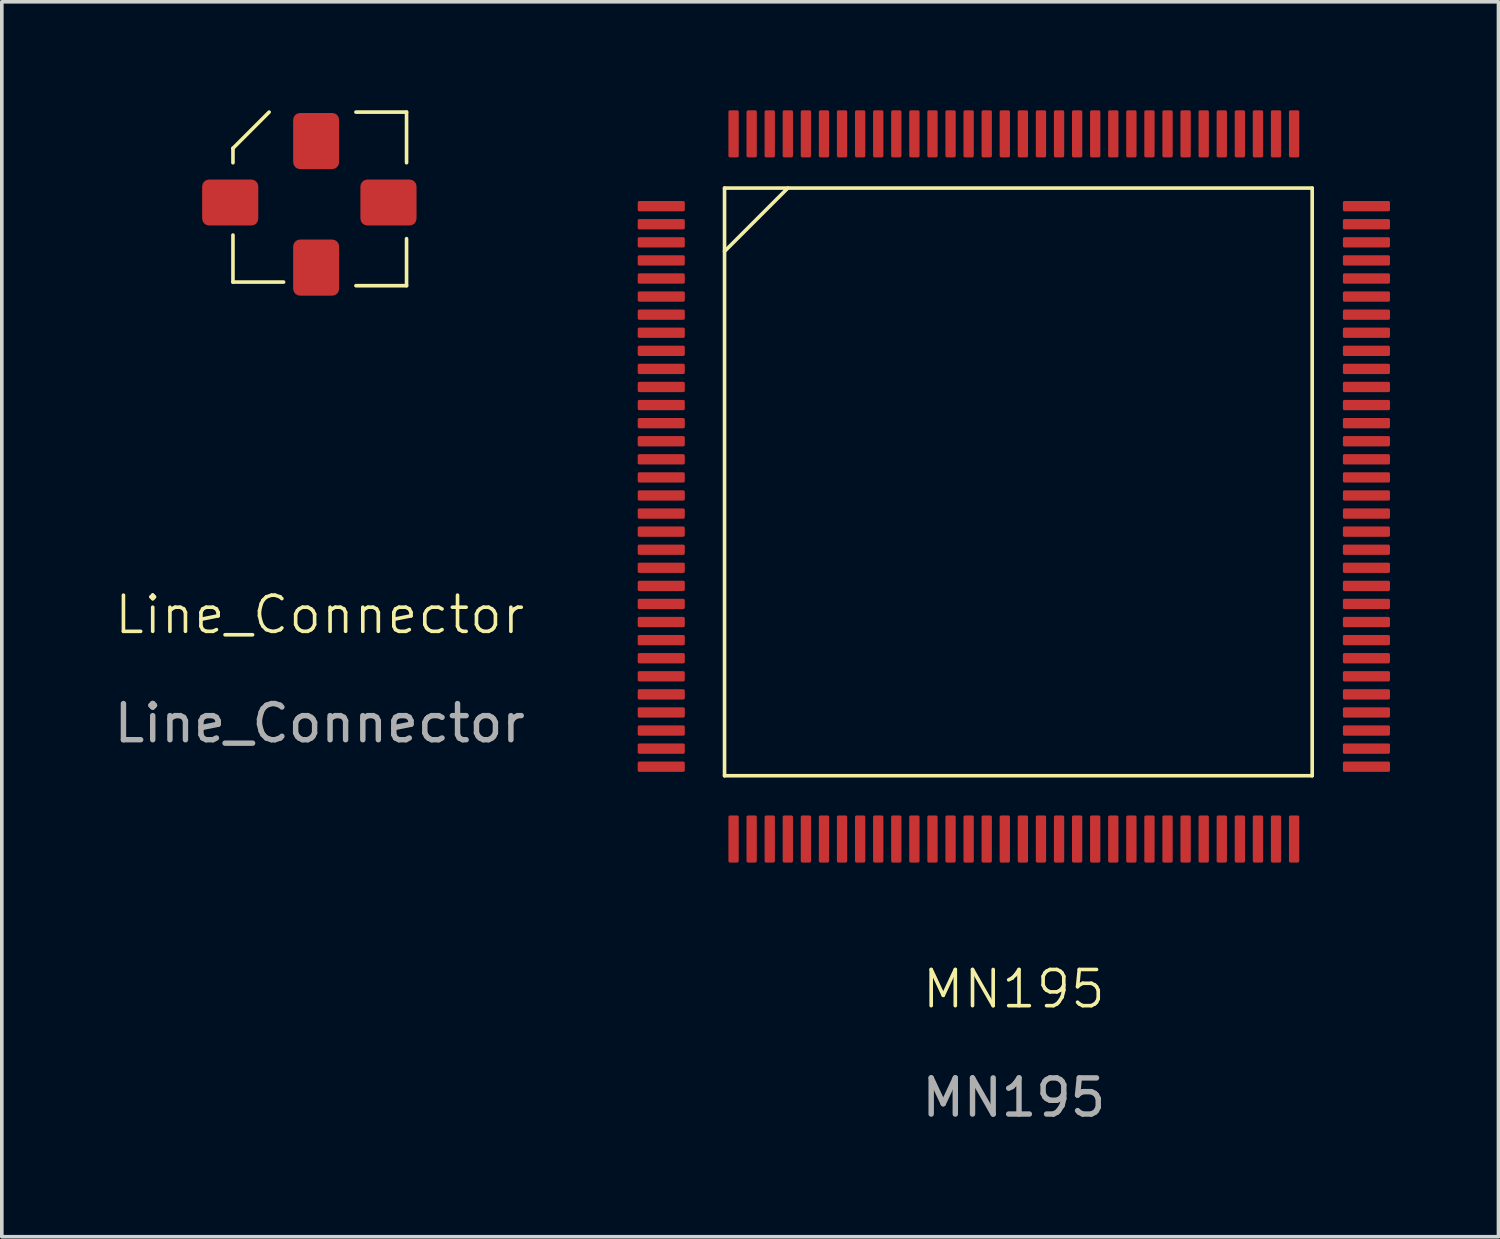
<source format=kicad_pcb>
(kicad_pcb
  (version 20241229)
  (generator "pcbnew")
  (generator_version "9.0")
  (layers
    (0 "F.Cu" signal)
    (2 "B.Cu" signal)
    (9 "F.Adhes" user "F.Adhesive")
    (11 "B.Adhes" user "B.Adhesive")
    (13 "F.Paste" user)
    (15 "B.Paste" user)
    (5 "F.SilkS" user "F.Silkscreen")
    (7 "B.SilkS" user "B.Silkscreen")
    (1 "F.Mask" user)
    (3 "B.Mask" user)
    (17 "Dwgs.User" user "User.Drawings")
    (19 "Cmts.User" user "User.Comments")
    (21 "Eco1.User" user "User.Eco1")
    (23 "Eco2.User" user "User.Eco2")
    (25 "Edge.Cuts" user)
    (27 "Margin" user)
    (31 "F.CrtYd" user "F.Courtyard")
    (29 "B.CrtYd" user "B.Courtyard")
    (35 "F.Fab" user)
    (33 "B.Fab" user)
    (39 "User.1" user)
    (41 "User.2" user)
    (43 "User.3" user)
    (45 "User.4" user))
  (footprint "Line_Connector"
    (layer "F.Cu")
    (at 5.792 2.45)
    (property "Reference" "Line_Connector" (at 0 11.5 0) (unlocked yes) (layer "F.SilkS") (effects (font (size 1 1) (thickness 0.1))))
    (attr smd)
    (fp_line (start -2.4 -1.4) (end -2.4 -1) (stroke (width 0.1) (type default)) (layer "F.SilkS"))
    (fp_line (start -2.4 1) (end -2.4 2.3) (stroke (width 0.1) (type default)) (layer "F.SilkS"))
    (fp_line (start -2.4 2.3) (end -1 2.3) (stroke (width 0.1) (type default)) (layer "F.SilkS"))
    (fp_line (start -1.4 -2.4) (end -2.4 -1.4) (stroke (width 0.1) (type default)) (layer "F.SilkS"))
    (fp_line (start 1 2.4) (end 2.4 2.4) (stroke (width 0.1) (type default)) (layer "F.SilkS"))
    (fp_line (start 2.4 -2.4) (end 1 -2.4) (stroke (width 0.1) (type default)) (layer "F.SilkS"))
    (fp_line (start 2.4 -1) (end 2.4 -2.4) (stroke (width 0.1) (type default)) (layer "F.SilkS"))
    (fp_line (start 2.4 1.1) (end 2.4 2.4) (stroke (width 0.1) (type default)) (layer "F.SilkS"))
    (fp_text user "${REFERENCE}" (at 0 14.5 0) (unlocked yes) (layer "F.Fab") (effects (font (size 1 1) (thickness 0.15))))
    (pad "1" smd roundrect (at -2.476 0.1) (size 1.552 1.27) (layers "F.Cu" "F.Mask" "F.Paste") (roundrect_rratio 0.15))
    (pad "2" smd roundrect (at -0.1 1.9 90) (size 1.552 1.27) (layers "F.Cu" "F.Mask" "F.Paste") (roundrect_rratio 0.15))
    (pad "3" smd roundrect (at 1.9 0.1) (size 1.552 1.27) (layers "F.Cu" "F.Mask" "F.Paste") (roundrect_rratio 0.15))
    (pad "4" smd roundrect (at -0.1 -1.6 90) (size 1.552 1.27) (layers "F.Cu" "F.Mask" "F.Paste") (roundrect_rratio 0.15)))
  (footprint "MN195"
    (layer "F.Cu")
    (at 24.985 10.401)
    (property "Reference" "MN195" (at 0 13.9 0) (unlocked yes) (layer "F.SilkS") (effects (font (size 1 1) (thickness 0.1))))
    (attr smd)
    (fp_line (start -8 -8.25) (end -8 8) (stroke (width 0.1) (type default)) (layer "F.SilkS"))
    (fp_line (start -8 -8.25) (end 8.25 -8.25) (stroke (width 0.1) (type default)) (layer "F.SilkS"))
    (fp_line (start -8 -6.5) (end -6.25 -8.25) (stroke (width 0.1) (type default)) (layer "F.SilkS"))
    (fp_line (start -8 8) (end 8.25 8) (stroke (width 0.1) (type default)) (layer "F.SilkS"))
    (fp_line (start 8.25 8) (end 8.25 -8.25) (stroke (width 0.1) (type default)) (layer "F.SilkS"))
    (fp_text user "${REFERENCE}" (at 0 16.9 0) (unlocked yes) (layer "F.Fab") (effects (font (size 1 1) (thickness 0.15))))
    (pad "1" smd roundrect (at -9.75 -7.75) (size 1.302 0.285) (layers "F.Cu" "F.Mask" "F.Paste") (roundrect_rratio 0.15))
    (pad "2" smd roundrect (at -9.75 -7.25) (size 1.302 0.285) (layers "F.Cu" "F.Mask" "F.Paste") (roundrect_rratio 0.15))
    (pad "3" smd roundrect (at -9.75 -6.75) (size 1.302 0.285) (layers "F.Cu" "F.Mask" "F.Paste") (roundrect_rratio 0.15))
    (pad "4" smd roundrect (at -9.75 -6.25) (size 1.302 0.285) (layers "F.Cu" "F.Mask" "F.Paste") (roundrect_rratio 0.15))
    (pad "5" smd roundrect (at -9.75 -5.75) (size 1.302 0.285) (layers "F.Cu" "F.Mask" "F.Paste") (roundrect_rratio 0.15))
    (pad "6" smd roundrect (at -9.75 -5.25) (size 1.302 0.285) (layers "F.Cu" "F.Mask" "F.Paste") (roundrect_rratio 0.15))
    (pad "7" smd roundrect (at -9.75 -4.75) (size 1.302 0.285) (layers "F.Cu" "F.Mask" "F.Paste") (roundrect_rratio 0.15))
    (pad "8" smd roundrect (at -9.75 -4.25) (size 1.302 0.285) (layers "F.Cu" "F.Mask" "F.Paste") (roundrect_rratio 0.15))
    (pad "9" smd roundrect (at -9.75 -3.75) (size 1.302 0.285) (layers "F.Cu" "F.Mask" "F.Paste") (roundrect_rratio 0.15))
    (pad "10" smd roundrect (at -9.75 -3.25) (size 1.302 0.285) (layers "F.Cu" "F.Mask" "F.Paste") (roundrect_rratio 0.15))
    (pad "11" smd roundrect (at -9.75 -2.75) (size 1.302 0.285) (layers "F.Cu" "F.Mask" "F.Paste") (roundrect_rratio 0.15))
    (pad "12" smd roundrect (at -9.75 -2.25) (size 1.302 0.285) (layers "F.Cu" "F.Mask" "F.Paste") (roundrect_rratio 0.15))
    (pad "13" smd roundrect (at -9.75 -1.75) (size 1.302 0.285) (layers "F.Cu" "F.Mask" "F.Paste") (roundrect_rratio 0.15))
    (pad "14" smd roundrect (at -9.75 -1.25) (size 1.302 0.285) (layers "F.Cu" "F.Mask" "F.Paste") (roundrect_rratio 0.15))
    (pad "15" smd roundrect (at -9.75 -0.75) (size 1.302 0.285) (layers "F.Cu" "F.Mask" "F.Paste") (roundrect_rratio 0.15))
    (pad "16" smd roundrect (at -9.75 -0.25) (size 1.302 0.285) (layers "F.Cu" "F.Mask" "F.Paste") (roundrect_rratio 0.15))
    (pad "17" smd roundrect (at -9.75 0.25) (size 1.302 0.285) (layers "F.Cu" "F.Mask" "F.Paste") (roundrect_rratio 0.15))
    (pad "18" smd roundrect (at -9.75 0.75) (size 1.302 0.285) (layers "F.Cu" "F.Mask" "F.Paste") (roundrect_rratio 0.15))
    (pad "19" smd roundrect (at -9.75 1.25) (size 1.302 0.285) (layers "F.Cu" "F.Mask" "F.Paste") (roundrect_rratio 0.15))
    (pad "20" smd roundrect (at -9.75 1.75) (size 1.302 0.285) (layers "F.Cu" "F.Mask" "F.Paste") (roundrect_rratio 0.15))
    (pad "21" smd roundrect (at -9.75 2.25) (size 1.302 0.285) (layers "F.Cu" "F.Mask" "F.Paste") (roundrect_rratio 0.15))
    (pad "22" smd roundrect (at -9.75 2.75) (size 1.302 0.285) (layers "F.Cu" "F.Mask" "F.Paste") (roundrect_rratio 0.15))
    (pad "23" smd roundrect (at -9.75 3.25) (size 1.302 0.285) (layers "F.Cu" "F.Mask" "F.Paste") (roundrect_rratio 0.15))
    (pad "24" smd roundrect (at -9.75 3.75) (size 1.302 0.285) (layers "F.Cu" "F.Mask" "F.Paste") (roundrect_rratio 0.15))
    (pad "25" smd roundrect (at -9.75 4.25) (size 1.302 0.285) (layers "F.Cu" "F.Mask" "F.Paste") (roundrect_rratio 0.15))
    (pad "26" smd roundrect (at -9.75 4.75) (size 1.302 0.285) (layers "F.Cu" "F.Mask" "F.Paste") (roundrect_rratio 0.15))
    (pad "27" smd roundrect (at -9.75 5.25) (size 1.302 0.285) (layers "F.Cu" "F.Mask" "F.Paste") (roundrect_rratio 0.15))
    (pad "28" smd roundrect (at -9.75 5.75) (size 1.302 0.285) (layers "F.Cu" "F.Mask" "F.Paste") (roundrect_rratio 0.15))
    (pad "29" smd roundrect (at -9.75 6.25) (size 1.302 0.285) (layers "F.Cu" "F.Mask" "F.Paste") (roundrect_rratio 0.15))
    (pad "30" smd roundrect (at -9.75 6.75) (size 1.302 0.285) (layers "F.Cu" "F.Mask" "F.Paste") (roundrect_rratio 0.15))
    (pad "31" smd roundrect (at -9.75 7.25) (size 1.302 0.285) (layers "F.Cu" "F.Mask" "F.Paste") (roundrect_rratio 0.15))
    (pad "32" smd roundrect (at -9.75 7.75) (size 1.302 0.285) (layers "F.Cu" "F.Mask" "F.Paste") (roundrect_rratio 0.15))
    (pad "33" smd roundrect (at -7.75 9.75 90) (size 1.302 0.285) (layers "F.Cu" "F.Mask" "F.Paste") (roundrect_rratio 0.15))
    (pad "34" smd roundrect (at -7.25 9.75 90) (size 1.302 0.285) (layers "F.Cu" "F.Mask" "F.Paste") (roundrect_rratio 0.15))
    (pad "35" smd roundrect (at -6.75 9.75 90) (size 1.302 0.285) (layers "F.Cu" "F.Mask" "F.Paste") (roundrect_rratio 0.15))
    (pad "36" smd roundrect (at -6.25 9.75 90) (size 1.302 0.285) (layers "F.Cu" "F.Mask" "F.Paste") (roundrect_rratio 0.15))
    (pad "37" smd roundrect (at -5.75 9.75 90) (size 1.302 0.285) (layers "F.Cu" "F.Mask" "F.Paste") (roundrect_rratio 0.15))
    (pad "38" smd roundrect (at -5.25 9.75 90) (size 1.302 0.285) (layers "F.Cu" "F.Mask" "F.Paste") (roundrect_rratio 0.15))
    (pad "39" smd roundrect (at -4.75 9.75 90) (size 1.302 0.285) (layers "F.Cu" "F.Mask" "F.Paste") (roundrect_rratio 0.15))
    (pad "40" smd roundrect (at -4.25 9.75 90) (size 1.302 0.285) (layers "F.Cu" "F.Mask" "F.Paste") (roundrect_rratio 0.15))
    (pad "41" smd roundrect (at -3.75 9.75 90) (size 1.302 0.285) (layers "F.Cu" "F.Mask" "F.Paste") (roundrect_rratio 0.15))
    (pad "42" smd roundrect (at -3.25 9.75 90) (size 1.302 0.285) (layers "F.Cu" "F.Mask" "F.Paste") (roundrect_rratio 0.15))
    (pad "43" smd roundrect (at -2.75 9.75 90) (size 1.302 0.285) (layers "F.Cu" "F.Mask" "F.Paste") (roundrect_rratio 0.15))
    (pad "44" smd roundrect (at -2.25 9.75 90) (size 1.302 0.285) (layers "F.Cu" "F.Mask" "F.Paste") (roundrect_rratio 0.15))
    (pad "45" smd roundrect (at -1.75 9.75 90) (size 1.302 0.285) (layers "F.Cu" "F.Mask" "F.Paste") (roundrect_rratio 0.15))
    (pad "46" smd roundrect (at -1.25 9.75 90) (size 1.302 0.285) (layers "F.Cu" "F.Mask" "F.Paste") (roundrect_rratio 0.15))
    (pad "47" smd roundrect (at -0.75 9.75 90) (size 1.302 0.285) (layers "F.Cu" "F.Mask" "F.Paste") (roundrect_rratio 0.15))
    (pad "48" smd roundrect (at -0.25 9.75 90) (size 1.302 0.285) (layers "F.Cu" "F.Mask" "F.Paste") (roundrect_rratio 0.15))
    (pad "49" smd roundrect (at 0.25 9.75 90) (size 1.302 0.285) (layers "F.Cu" "F.Mask" "F.Paste") (roundrect_rratio 0.15))
    (pad "50" smd roundrect (at 0.75 9.75 90) (size 1.302 0.285) (layers "F.Cu" "F.Mask" "F.Paste") (roundrect_rratio 0.15))
    (pad "51" smd roundrect (at 1.25 9.75 90) (size 1.302 0.285) (layers "F.Cu" "F.Mask" "F.Paste") (roundrect_rratio 0.15))
    (pad "52" smd roundrect (at 1.75 9.75 90) (size 1.302 0.285) (layers "F.Cu" "F.Mask" "F.Paste") (roundrect_rratio 0.15))
    (pad "53" smd roundrect (at 2.25 9.75 90) (size 1.302 0.285) (layers "F.Cu" "F.Mask" "F.Paste") (roundrect_rratio 0.15))
    (pad "54" smd roundrect (at 2.75 9.75 90) (size 1.302 0.285) (layers "F.Cu" "F.Mask" "F.Paste") (roundrect_rratio 0.15))
    (pad "55" smd roundrect (at 3.25 9.75 90) (size 1.302 0.285) (layers "F.Cu" "F.Mask" "F.Paste") (roundrect_rratio 0.15))
    (pad "56" smd roundrect (at 3.75 9.75 90) (size 1.302 0.285) (layers "F.Cu" "F.Mask" "F.Paste") (roundrect_rratio 0.15))
    (pad "57" smd roundrect (at 4.25 9.75 90) (size 1.302 0.285) (layers "F.Cu" "F.Mask" "F.Paste") (roundrect_rratio 0.15))
    (pad "58" smd roundrect (at 4.75 9.75 90) (size 1.302 0.285) (layers "F.Cu" "F.Mask" "F.Paste") (roundrect_rratio 0.15))
    (pad "59" smd roundrect (at 5.25 9.75 90) (size 1.302 0.285) (layers "F.Cu" "F.Mask" "F.Paste") (roundrect_rratio 0.15))
    (pad "60" smd roundrect (at 5.75 9.75 90) (size 1.302 0.285) (layers "F.Cu" "F.Mask" "F.Paste") (roundrect_rratio 0.15))
    (pad "61" smd roundrect (at 6.25 9.75 90) (size 1.302 0.285) (layers "F.Cu" "F.Mask" "F.Paste") (roundrect_rratio 0.15))
    (pad "62" smd roundrect (at 6.75 9.75 90) (size 1.302 0.285) (layers "F.Cu" "F.Mask" "F.Paste") (roundrect_rratio 0.15))
    (pad "63" smd roundrect (at 7.25 9.75 90) (size 1.302 0.285) (layers "F.Cu" "F.Mask" "F.Paste") (roundrect_rratio 0.15))
    (pad "64" smd roundrect (at 7.75 9.75 90) (size 1.302 0.285) (layers "F.Cu" "F.Mask" "F.Paste") (roundrect_rratio 0.15))
    (pad "65" smd roundrect (at 9.75 7.75 180) (size 1.302 0.285) (layers "F.Cu" "F.Mask" "F.Paste") (roundrect_rratio 0.15))
    (pad "66" smd roundrect (at 9.75 7.25 180) (size 1.302 0.285) (layers "F.Cu" "F.Mask" "F.Paste") (roundrect_rratio 0.15))
    (pad "67" smd roundrect (at 9.75 6.75 180) (size 1.302 0.285) (layers "F.Cu" "F.Mask" "F.Paste") (roundrect_rratio 0.15))
    (pad "68" smd roundrect (at 9.75 6.25 180) (size 1.302 0.285) (layers "F.Cu" "F.Mask" "F.Paste") (roundrect_rratio 0.15))
    (pad "69" smd roundrect (at 9.75 5.75 180) (size 1.302 0.285) (layers "F.Cu" "F.Mask" "F.Paste") (roundrect_rratio 0.15))
    (pad "70" smd roundrect (at 9.75 5.25 180) (size 1.302 0.285) (layers "F.Cu" "F.Mask" "F.Paste") (roundrect_rratio 0.15))
    (pad "71" smd roundrect (at 9.75 4.75 180) (size 1.302 0.285) (layers "F.Cu" "F.Mask" "F.Paste") (roundrect_rratio 0.15))
    (pad "72" smd roundrect (at 9.75 4.25 180) (size 1.302 0.285) (layers "F.Cu" "F.Mask" "F.Paste") (roundrect_rratio 0.15))
    (pad "73" smd roundrect (at 9.75 3.75 180) (size 1.302 0.285) (layers "F.Cu" "F.Mask" "F.Paste") (roundrect_rratio 0.15))
    (pad "74" smd roundrect (at 9.75 3.25 180) (size 1.302 0.285) (layers "F.Cu" "F.Mask" "F.Paste") (roundrect_rratio 0.15))
    (pad "75" smd roundrect (at 9.75 2.75 180) (size 1.302 0.285) (layers "F.Cu" "F.Mask" "F.Paste") (roundrect_rratio 0.15))
    (pad "76" smd roundrect (at 9.75 2.25 180) (size 1.302 0.285) (layers "F.Cu" "F.Mask" "F.Paste") (roundrect_rratio 0.15))
    (pad "77" smd roundrect (at 9.75 1.75 180) (size 1.302 0.285) (layers "F.Cu" "F.Mask" "F.Paste") (roundrect_rratio 0.15))
    (pad "78" smd roundrect (at 9.75 1.25 180) (size 1.302 0.285) (layers "F.Cu" "F.Mask" "F.Paste") (roundrect_rratio 0.15))
    (pad "79" smd roundrect (at 9.75 0.75 180) (size 1.302 0.285) (layers "F.Cu" "F.Mask" "F.Paste") (roundrect_rratio 0.15))
    (pad "80" smd roundrect (at 9.75 0.25 180) (size 1.302 0.285) (layers "F.Cu" "F.Mask" "F.Paste") (roundrect_rratio 0.15))
    (pad "81" smd roundrect (at 9.75 -0.25 180) (size 1.302 0.285) (layers "F.Cu" "F.Mask" "F.Paste") (roundrect_rratio 0.15))
    (pad "82" smd roundrect (at 9.75 -0.75 180) (size 1.302 0.285) (layers "F.Cu" "F.Mask" "F.Paste") (roundrect_rratio 0.15))
    (pad "83" smd roundrect (at 9.75 -1.25 180) (size 1.302 0.285) (layers "F.Cu" "F.Mask" "F.Paste") (roundrect_rratio 0.15))
    (pad "84" smd roundrect (at 9.75 -1.75 180) (size 1.302 0.285) (layers "F.Cu" "F.Mask" "F.Paste") (roundrect_rratio 0.15))
    (pad "85" smd roundrect (at 9.75 -2.25 180) (size 1.302 0.285) (layers "F.Cu" "F.Mask" "F.Paste") (roundrect_rratio 0.15))
    (pad "86" smd roundrect (at 9.75 -2.75 180) (size 1.302 0.285) (layers "F.Cu" "F.Mask" "F.Paste") (roundrect_rratio 0.15))
    (pad "87" smd roundrect (at 9.75 -3.25 180) (size 1.302 0.285) (layers "F.Cu" "F.Mask" "F.Paste") (roundrect_rratio 0.15))
    (pad "88" smd roundrect (at 9.75 -3.75 180) (size 1.302 0.285) (layers "F.Cu" "F.Mask" "F.Paste") (roundrect_rratio 0.15))
    (pad "89" smd roundrect (at 9.75 -4.25 180) (size 1.302 0.285) (layers "F.Cu" "F.Mask" "F.Paste") (roundrect_rratio 0.15))
    (pad "90" smd roundrect (at 9.75 -4.75 180) (size 1.302 0.285) (layers "F.Cu" "F.Mask" "F.Paste") (roundrect_rratio 0.15))
    (pad "91" smd roundrect (at 9.75 -5.25 180) (size 1.302 0.285) (layers "F.Cu" "F.Mask" "F.Paste") (roundrect_rratio 0.15))
    (pad "92" smd roundrect (at 9.75 -5.75 180) (size 1.302 0.285) (layers "F.Cu" "F.Mask" "F.Paste") (roundrect_rratio 0.15))
    (pad "93" smd roundrect (at 9.75 -6.25 180) (size 1.302 0.285) (layers "F.Cu" "F.Mask" "F.Paste") (roundrect_rratio 0.15))
    (pad "94" smd roundrect (at 9.75 -6.75 180) (size 1.302 0.285) (layers "F.Cu" "F.Mask" "F.Paste") (roundrect_rratio 0.15))
    (pad "95" smd roundrect (at 9.75 -7.25 180) (size 1.302 0.285) (layers "F.Cu" "F.Mask" "F.Paste") (roundrect_rratio 0.15))
    (pad "96" smd roundrect (at 9.75 -7.75 180) (size 1.302 0.285) (layers "F.Cu" "F.Mask" "F.Paste") (roundrect_rratio 0.15))
    (pad "97" smd roundrect (at 7.75 -9.75 270) (size 1.302 0.285) (layers "F.Cu" "F.Mask" "F.Paste") (roundrect_rratio 0.15))
    (pad "98" smd roundrect (at 7.25 -9.75 270) (size 1.302 0.285) (layers "F.Cu" "F.Mask" "F.Paste") (roundrect_rratio 0.15))
    (pad "99" smd roundrect (at 6.75 -9.75 270) (size 1.302 0.285) (layers "F.Cu" "F.Mask" "F.Paste") (roundrect_rratio 0.15))
    (pad "100" smd roundrect (at 6.25 -9.75 270) (size 1.302 0.285) (layers "F.Cu" "F.Mask" "F.Paste") (roundrect_rratio 0.15))
    (pad "101" smd roundrect (at 5.75 -9.75 270) (size 1.302 0.285) (layers "F.Cu" "F.Mask" "F.Paste") (roundrect_rratio 0.15))
    (pad "102" smd roundrect (at 5.25 -9.75 270) (size 1.302 0.285) (layers "F.Cu" "F.Mask" "F.Paste") (roundrect_rratio 0.15))
    (pad "103" smd roundrect (at 4.75 -9.75 270) (size 1.302 0.285) (layers "F.Cu" "F.Mask" "F.Paste") (roundrect_rratio 0.15))
    (pad "104" smd roundrect (at 4.25 -9.75 270) (size 1.302 0.285) (layers "F.Cu" "F.Mask" "F.Paste") (roundrect_rratio 0.15))
    (pad "105" smd roundrect (at 3.75 -9.75 270) (size 1.302 0.285) (layers "F.Cu" "F.Mask" "F.Paste") (roundrect_rratio 0.15))
    (pad "106" smd roundrect (at 3.25 -9.75 270) (size 1.302 0.285) (layers "F.Cu" "F.Mask" "F.Paste") (roundrect_rratio 0.15))
    (pad "107" smd roundrect (at 2.75 -9.75 270) (size 1.302 0.285) (layers "F.Cu" "F.Mask" "F.Paste") (roundrect_rratio 0.15))
    (pad "108" smd roundrect (at 2.25 -9.75 270) (size 1.302 0.285) (layers "F.Cu" "F.Mask" "F.Paste") (roundrect_rratio 0.15))
    (pad "109" smd roundrect (at 1.75 -9.75 270) (size 1.302 0.285) (layers "F.Cu" "F.Mask" "F.Paste") (roundrect_rratio 0.15))
    (pad "110" smd roundrect (at 1.25 -9.75 270) (size 1.302 0.285) (layers "F.Cu" "F.Mask" "F.Paste") (roundrect_rratio 0.15))
    (pad "111" smd roundrect (at 0.75 -9.75 270) (size 1.302 0.285) (layers "F.Cu" "F.Mask" "F.Paste") (roundrect_rratio 0.15))
    (pad "112" smd roundrect (at 0.25 -9.75 270) (size 1.302 0.285) (layers "F.Cu" "F.Mask" "F.Paste") (roundrect_rratio 0.15))
    (pad "113" smd roundrect (at -0.25 -9.75 270) (size 1.302 0.285) (layers "F.Cu" "F.Mask" "F.Paste") (roundrect_rratio 0.15))
    (pad "114" smd roundrect (at -0.75 -9.75 270) (size 1.302 0.285) (layers "F.Cu" "F.Mask" "F.Paste") (roundrect_rratio 0.15))
    (pad "115" smd roundrect (at -1.25 -9.75 270) (size 1.302 0.285) (layers "F.Cu" "F.Mask" "F.Paste") (roundrect_rratio 0.15))
    (pad "116" smd roundrect (at -1.75 -9.75 270) (size 1.302 0.285) (layers "F.Cu" "F.Mask" "F.Paste") (roundrect_rratio 0.15))
    (pad "117" smd roundrect (at -2.25 -9.75 270) (size 1.302 0.285) (layers "F.Cu" "F.Mask" "F.Paste") (roundrect_rratio 0.15))
    (pad "118" smd roundrect (at -2.75 -9.75 270) (size 1.302 0.285) (layers "F.Cu" "F.Mask" "F.Paste") (roundrect_rratio 0.15))
    (pad "119" smd roundrect (at -3.25 -9.75 270) (size 1.302 0.285) (layers "F.Cu" "F.Mask" "F.Paste") (roundrect_rratio 0.15))
    (pad "120" smd roundrect (at -3.75 -9.75 270) (size 1.302 0.285) (layers "F.Cu" "F.Mask" "F.Paste") (roundrect_rratio 0.15))
    (pad "121" smd roundrect (at -4.25 -9.75 270) (size 1.302 0.285) (layers "F.Cu" "F.Mask" "F.Paste") (roundrect_rratio 0.15))
    (pad "122" smd roundrect (at -4.75 -9.75 270) (size 1.302 0.285) (layers "F.Cu" "F.Mask" "F.Paste") (roundrect_rratio 0.15))
    (pad "123" smd roundrect (at -5.25 -9.75 270) (size 1.302 0.285) (layers "F.Cu" "F.Mask" "F.Paste") (roundrect_rratio 0.15))
    (pad "124" smd roundrect (at -5.75 -9.75 270) (size 1.302 0.285) (layers "F.Cu" "F.Mask" "F.Paste") (roundrect_rratio 0.15))
    (pad "125" smd roundrect (at -6.25 -9.75 270) (size 1.302 0.285) (layers "F.Cu" "F.Mask" "F.Paste") (roundrect_rratio 0.15))
    (pad "126" smd roundrect (at -6.75 -9.75 270) (size 1.302 0.285) (layers "F.Cu" "F.Mask" "F.Paste") (roundrect_rratio 0.15))
    (pad "127" smd roundrect (at -7.25 -9.75 270) (size 1.302 0.285) (layers "F.Cu" "F.Mask" "F.Paste") (roundrect_rratio 0.15))
    (pad "128" smd roundrect (at -7.75 -9.75 270) (size 1.302 0.285) (layers "F.Cu" "F.Mask" "F.Paste") (roundrect_rratio 0.15)))
  (gr_rect
    (start -3 -3)
    (end 38.386 31.149)
    (stroke (width 0.1) (type default))
    (fill no)
    (layer "Edge.Cuts")))
</source>
